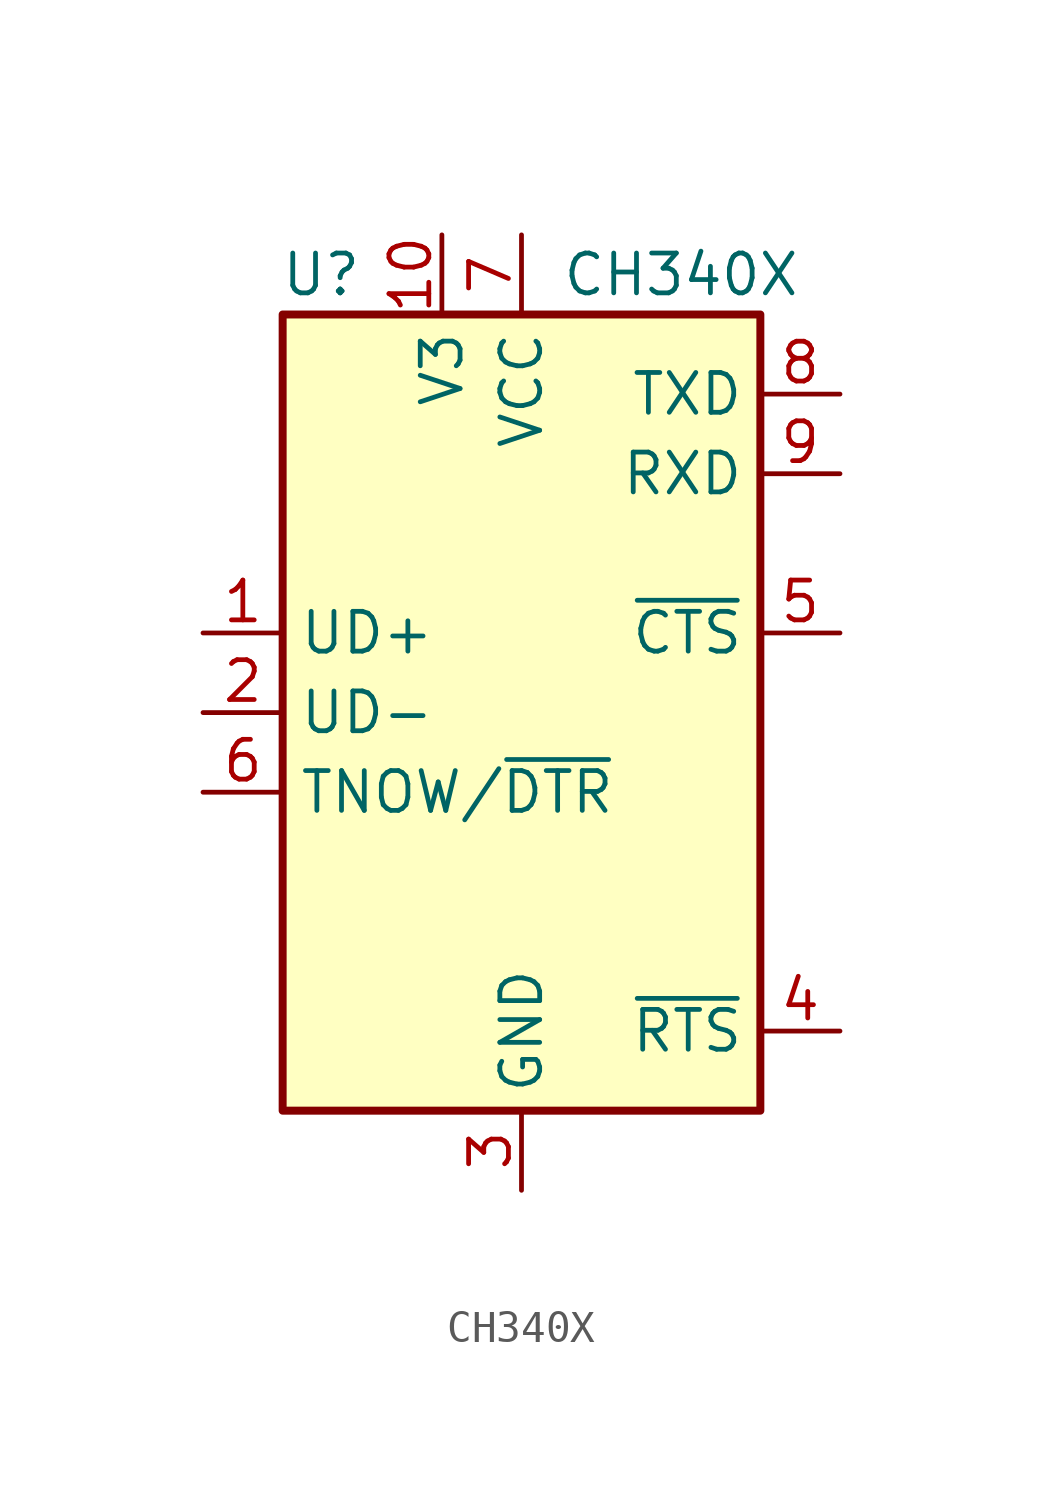
<source format=kicad_sym>
(kicad_symbol_lib
  (version 20220914)
  (generator kicad_symbol_editor)
  (symbol "CH340X"
    (property "Reference" "U"
      (at -5.08 13.97 0)
      (effects (font (size 1.27 1.27)) (justify right)))
    (property "Value" "CH340X"
      (at 1.27 13.97 0)
      (effects (font (size 1.27 1.27)) (justify left)))
    (symbol "CH340X_0_1"
      (rectangle (start -7.62 12.7) (end 7.62 -12.7) (stroke (width 0.254) (type default)) (fill (type background))))
    (symbol "CH340X_1_1"
      (pin bidirectional line (at -10.16 2.54 0) (length 2.54) (name "UD+" (effects (font (size 1.27 1.27)))) (number "1" (effects (font (size 1.27 1.27)))))
      (pin passive line (at -2.54 15.24 270) (length 2.54) (name "V3" (effects (font (size 1.27 1.27)))) (number "10" (effects (font (size 1.27 1.27)))))
      (pin bidirectional line (at -10.16 0 0) (length 2.54) (name "UD-" (effects (font (size 1.27 1.27)))) (number "2" (effects (font (size 1.27 1.27)))))
      (pin power_in line (at 0 -15.24 90) (length 2.54) (name "GND" (effects (font (size 1.27 1.27)))) (number "3" (effects (font (size 1.27 1.27)))))
      (pin output line (at 10.16 -10.16 180) (length 2.54) (name "~{RTS}" (effects (font (size 1.27 1.27)))) (number "4" (effects (font (size 1.27 1.27)))))
      (pin input line (at 10.16 2.54 180) (length 2.54) (name "~{CTS}" (effects (font (size 1.27 1.27)))) (number "5" (effects (font (size 1.27 1.27)))))
      (pin output line (at -10.16 -2.54 0) (length 2.54) (name "TNOW/~{DTR}" (effects (font (size 1.27 1.27)))) (number "6" (effects (font (size 1.27 1.27)))))
      (pin power_in line (at 0 15.24 270) (length 2.54) (name "VCC" (effects (font (size 1.27 1.27)))) (number "7" (effects (font (size 1.27 1.27)))))
      (pin output line (at 10.16 10.16 180) (length 2.54) (name "TXD" (effects (font (size 1.27 1.27)))) (number "8" (effects (font (size 1.27 1.27)))))
      (pin input line (at 10.16 7.62 180) (length 2.54) (name "RXD" (effects (font (size 1.27 1.27)))) (number "9" (effects (font (size 1.27 1.27))))))))
</source>
